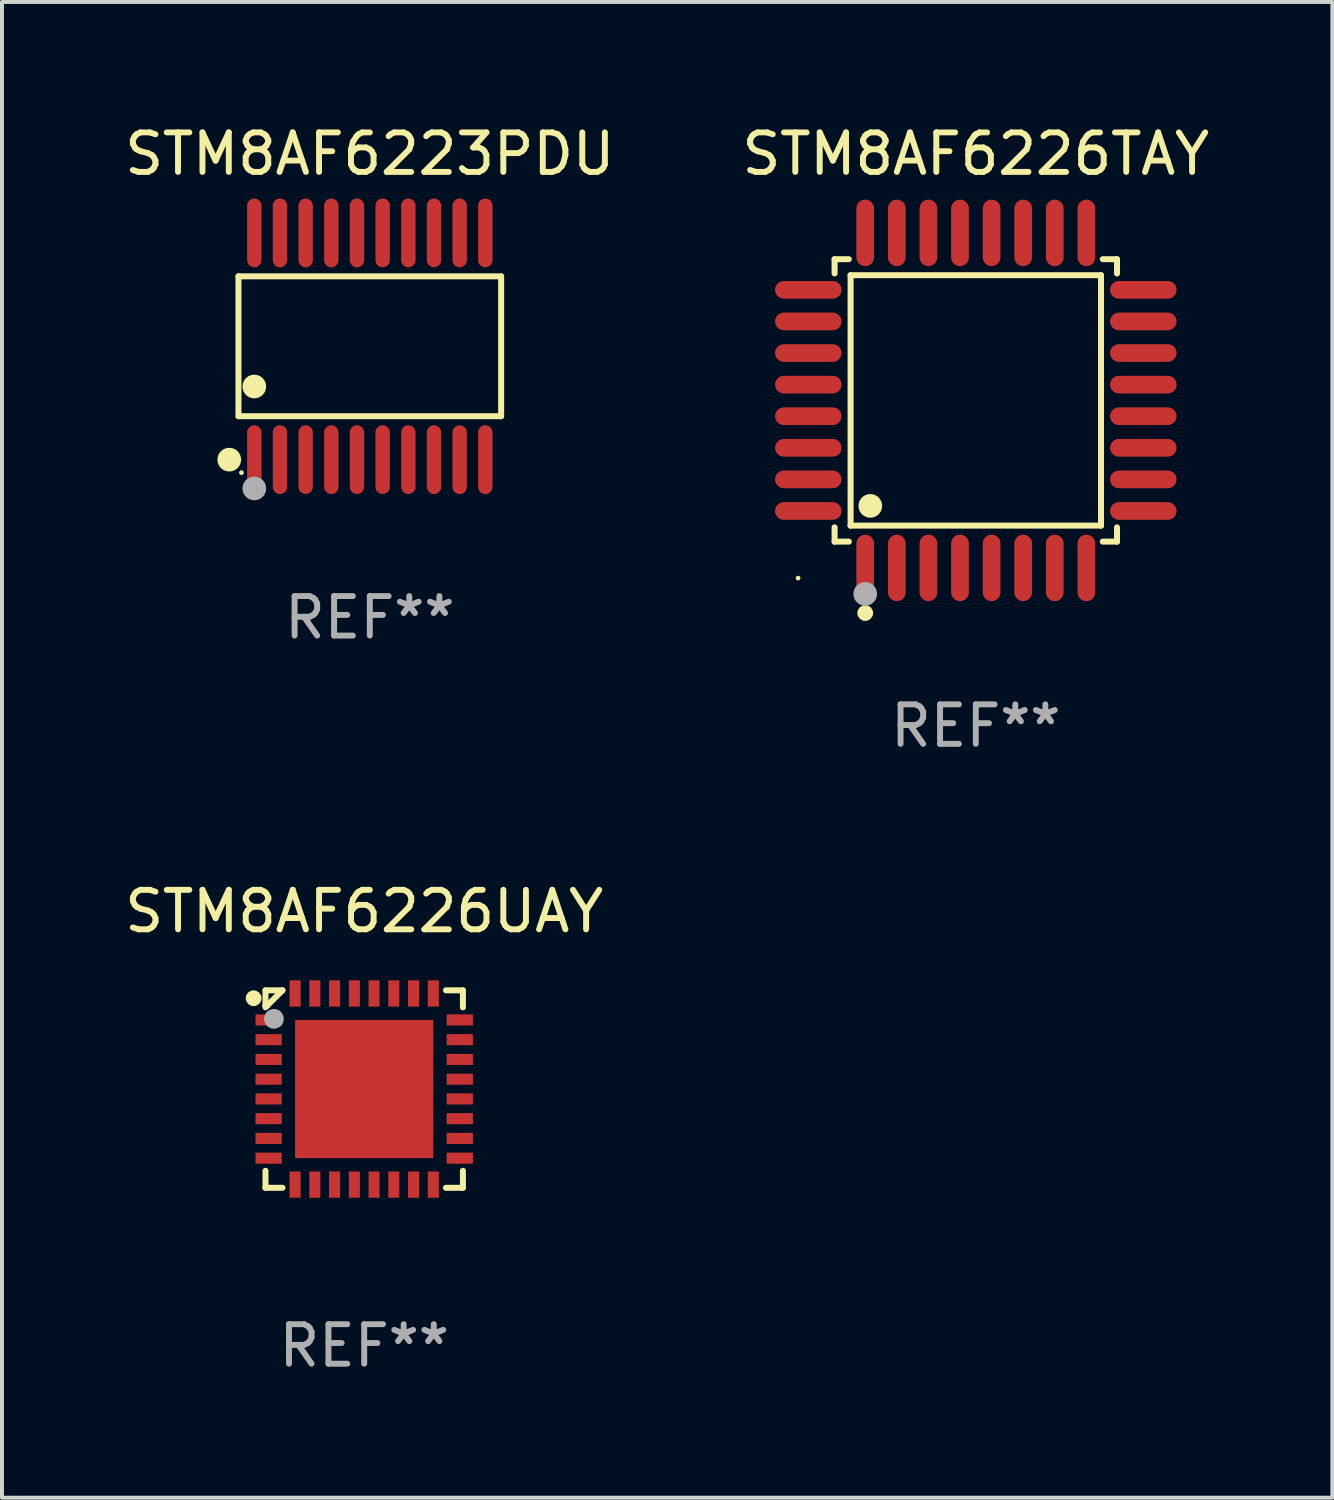
<source format=kicad_pcb>
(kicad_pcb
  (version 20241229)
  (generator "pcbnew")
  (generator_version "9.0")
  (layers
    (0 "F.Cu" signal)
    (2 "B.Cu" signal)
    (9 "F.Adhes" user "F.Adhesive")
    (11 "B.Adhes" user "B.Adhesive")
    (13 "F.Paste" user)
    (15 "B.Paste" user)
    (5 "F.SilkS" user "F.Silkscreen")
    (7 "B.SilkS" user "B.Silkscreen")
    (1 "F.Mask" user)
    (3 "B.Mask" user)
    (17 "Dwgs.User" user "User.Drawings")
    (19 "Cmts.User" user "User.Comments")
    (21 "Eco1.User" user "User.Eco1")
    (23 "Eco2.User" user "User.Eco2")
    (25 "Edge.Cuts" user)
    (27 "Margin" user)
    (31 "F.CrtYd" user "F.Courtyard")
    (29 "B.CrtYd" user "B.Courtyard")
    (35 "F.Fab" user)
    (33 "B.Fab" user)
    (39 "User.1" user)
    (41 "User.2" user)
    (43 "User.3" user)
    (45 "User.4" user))
  (footprint "STM8AF6226UAY"
    (layer "F.Cu")
    (at 6.173 24.529)
    (property "Reference" "STM8AF6226UAY" (at 0 -4.5 0) (layer "F.SilkS") (effects (font (size 1 1) (thickness 0.15))))
    (attr through_hole)
    (fp_line (start -2.5 -2.5) (end -2.07 -2.5) (stroke (width 0.152) (type solid)) (layer "F.SilkS"))
    (fp_line (start -2.5 -2.11) (end -2.5 -2.5) (stroke (width 0.152) (type solid)) (layer "F.SilkS"))
    (fp_line (start -2.5 -2.11) (end -2.5 -2.07) (stroke (width 0.152) (type solid)) (layer "F.SilkS"))
    (fp_line (start -2.5 -2.11) (end -2.46 -2.11) (stroke (width 0.152) (type solid)) (layer "F.SilkS"))
    (fp_line (start -2.5 2.5) (end -2.5 2.07) (stroke (width 0.152) (type solid)) (layer "F.SilkS"))
    (fp_line (start -2.46 -2.11) (end -2.07 -2.5) (stroke (width 0.152) (type solid)) (layer "F.SilkS"))
    (fp_line (start -2.07 2.5) (end -2.5 2.5) (stroke (width 0.152) (type solid)) (layer "F.SilkS"))
    (fp_line (start 2.07 -2.5) (end 2.5 -2.5) (stroke (width 0.152) (type solid)) (layer "F.SilkS"))
    (fp_line (start 2.5 -2.5) (end 2.5 -2.07) (stroke (width 0.152) (type solid)) (layer "F.SilkS"))
    (fp_line (start 2.5 2.07) (end 2.5 2.5) (stroke (width 0.152) (type solid)) (layer "F.SilkS"))
    (fp_line (start 2.5 2.5) (end 2.07 2.5) (stroke (width 0.152) (type solid)) (layer "F.SilkS"))
    (fp_circle (center -2.8 -2.3) (end -2.7 -2.3) (stroke (width 0.2) (type solid)) (fill no) (layer "F.SilkS"))
    (fp_circle (center -2.5 -2.5) (end -2.47 -2.5) (stroke (width 0.06) (type solid)) (fill no) (layer "F.SilkS"))
    (fp_circle (center -2.286 -1.778) (end -2.161 -1.778) (stroke (width 0.25) (type solid)) (fill no) (layer "F.Fab"))
    (fp_text user "REF**" (at 0 6.5 0) (layer "F.Fab") (effects (font (size 1 1) (thickness 0.15))))
    (pad "1" smd rect (at -2.42 -1.75 270) (size 0.28 0.665) (layers "F.Cu" "F.Mask" "F.Paste"))
    (pad "2" smd rect (at -2.42 -1.25 270) (size 0.28 0.665) (layers "F.Cu" "F.Mask" "F.Paste"))
    (pad "3" smd rect (at -2.42 -0.75 270) (size 0.28 0.665) (layers "F.Cu" "F.Mask" "F.Paste"))
    (pad "4" smd rect (at -2.42 -0.25 270) (size 0.28 0.665) (layers "F.Cu" "F.Mask" "F.Paste"))
    (pad "5" smd rect (at -2.42 0.25 270) (size 0.28 0.665) (layers "F.Cu" "F.Mask" "F.Paste"))
    (pad "6" smd rect (at -2.42 0.75 270) (size 0.28 0.665) (layers "F.Cu" "F.Mask" "F.Paste"))
    (pad "7" smd rect (at -2.42 1.25 270) (size 0.28 0.665) (layers "F.Cu" "F.Mask" "F.Paste"))
    (pad "8" smd rect (at -2.42 1.75 270) (size 0.28 0.665) (layers "F.Cu" "F.Mask" "F.Paste"))
    (pad "9" smd rect (at -1.75 2.42 270) (size 0.665 0.28) (layers "F.Cu" "F.Mask" "F.Paste"))
    (pad "10" smd rect (at -1.25 2.42 270) (size 0.665 0.28) (layers "F.Cu" "F.Mask" "F.Paste"))
    (pad "11" smd rect (at -0.75 2.42 270) (size 0.665 0.28) (layers "F.Cu" "F.Mask" "F.Paste"))
    (pad "12" smd rect (at -0.25 2.42 270) (size 0.665 0.28) (layers "F.Cu" "F.Mask" "F.Paste"))
    (pad "13" smd rect (at 0.25 2.42 270) (size 0.665 0.28) (layers "F.Cu" "F.Mask" "F.Paste"))
    (pad "14" smd rect (at 0.75 2.42 270) (size 0.665 0.28) (layers "F.Cu" "F.Mask" "F.Paste"))
    (pad "15" smd rect (at 1.25 2.42 270) (size 0.665 0.28) (layers "F.Cu" "F.Mask" "F.Paste"))
    (pad "16" smd rect (at 1.75 2.42 270) (size 0.665 0.28) (layers "F.Cu" "F.Mask" "F.Paste"))
    (pad "17" smd rect (at 2.42 1.75 270) (size 0.28 0.665) (layers "F.Cu" "F.Mask" "F.Paste"))
    (pad "18" smd rect (at 2.42 1.25 270) (size 0.28 0.665) (layers "F.Cu" "F.Mask" "F.Paste"))
    (pad "19" smd rect (at 2.42 0.75 270) (size 0.28 0.665) (layers "F.Cu" "F.Mask" "F.Paste"))
    (pad "20" smd rect (at 2.42 0.25 270) (size 0.28 0.665) (layers "F.Cu" "F.Mask" "F.Paste"))
    (pad "21" smd rect (at 2.42 -0.25 270) (size 0.28 0.665) (layers "F.Cu" "F.Mask" "F.Paste"))
    (pad "22" smd rect (at 2.42 -0.75 270) (size 0.28 0.665) (layers "F.Cu" "F.Mask" "F.Paste"))
    (pad "23" smd rect (at 2.42 -1.25 270) (size 0.28 0.665) (layers "F.Cu" "F.Mask" "F.Paste"))
    (pad "24" smd rect (at 2.42 -1.75 270) (size 0.28 0.665) (layers "F.Cu" "F.Mask" "F.Paste"))
    (pad "25" smd rect (at 1.75 -2.42 270) (size 0.665 0.28) (layers "F.Cu" "F.Mask" "F.Paste"))
    (pad "26" smd rect (at 1.25 -2.42 270) (size 0.665 0.28) (layers "F.Cu" "F.Mask" "F.Paste"))
    (pad "27" smd rect (at 0.75 -2.42 270) (size 0.665 0.28) (layers "F.Cu" "F.Mask" "F.Paste"))
    (pad "28" smd rect (at 0.25 -2.42 270) (size 0.665 0.28) (layers "F.Cu" "F.Mask" "F.Paste"))
    (pad "29" smd rect (at -0.25 -2.42 270) (size 0.665 0.28) (layers "F.Cu" "F.Mask" "F.Paste"))
    (pad "30" smd rect (at -0.75 -2.42 270) (size 0.665 0.28) (layers "F.Cu" "F.Mask" "F.Paste"))
    (pad "31" smd rect (at -1.25 -2.42 270) (size 0.665 0.28) (layers "F.Cu" "F.Mask" "F.Paste"))
    (pad "32" smd rect (at -1.75 -2.42 270) (size 0.665 0.28) (layers "F.Cu" "F.Mask" "F.Paste"))
    (pad "33" smd rect (at 0 0 270) (size 3.5 3.5) (layers "F.Cu" "F.Mask" "F.Paste")))
  (footprint "STM8AF6226TAY"
    (layer "F.Cu")
    (at 21.661 7.09)
    (property "Reference" "STM8AF6226TAY" (at 0 -6.242 0) (layer "F.SilkS") (effects (font (size 1 1) (thickness 0.15))))
    (attr through_hole)
    (fp_line (start -3.576 -3.576) (end -3.215 -3.576) (stroke (width 0.152) (type solid)) (layer "F.SilkS"))
    (fp_line (start -3.576 -3.215) (end -3.576 -3.576) (stroke (width 0.152) (type solid)) (layer "F.SilkS"))
    (fp_line (start -3.576 3.215) (end -3.576 3.576) (stroke (width 0.152) (type solid)) (layer "F.SilkS"))
    (fp_line (start -3.576 3.576) (end -3.215 3.576) (stroke (width 0.152) (type solid)) (layer "F.SilkS"))
    (fp_line (start -3.171 -3.171) (end 3.171 -3.171) (stroke (width 0.152) (type solid)) (layer "F.SilkS"))
    (fp_line (start -3.171 3.171) (end -3.171 -3.171) (stroke (width 0.152) (type solid)) (layer "F.SilkS"))
    (fp_line (start 3.171 -3.171) (end 3.171 3.171) (stroke (width 0.152) (type solid)) (layer "F.SilkS"))
    (fp_line (start 3.171 3.171) (end -3.171 3.171) (stroke (width 0.152) (type solid)) (layer "F.SilkS"))
    (fp_line (start 3.576 -3.576) (end 3.215 -3.576) (stroke (width 0.152) (type solid)) (layer "F.SilkS"))
    (fp_line (start 3.576 -3.215) (end 3.576 -3.576) (stroke (width 0.152) (type solid)) (layer "F.SilkS"))
    (fp_line (start 3.576 3.215) (end 3.576 3.576) (stroke (width 0.152) (type solid)) (layer "F.SilkS"))
    (fp_line (start 3.576 3.576) (end 3.215 3.576) (stroke (width 0.152) (type solid)) (layer "F.SilkS"))
    (fp_circle (center -4.5 4.5) (end -4.47 4.5) (stroke (width 0.06) (type solid)) (fill no) (layer "F.SilkS"))
    (fp_circle (center -2.8 5.384) (end -2.7 5.384) (stroke (width 0.2) (type solid)) (fill no) (layer "F.SilkS"))
    (fp_circle (center -2.671 2.671) (end -2.521 2.671) (stroke (width 0.3) (type solid)) (fill no) (layer "F.SilkS"))
    (fp_circle (center -2.8 4.9) (end -2.65 4.9) (stroke (width 0.3) (type solid)) (fill no) (layer "F.Fab"))
    (fp_text user "REF**" (at 0 8.242 0) (layer "F.Fab") (effects (font (size 1 1) (thickness 0.15))))
    (pad "1" smd oval (at -2.8 4.242) (size 0.448 1.684) (layers "F.Cu" "F.Mask" "F.Paste"))
    (pad "2" smd oval (at -2 4.242) (size 0.448 1.684) (layers "F.Cu" "F.Mask" "F.Paste"))
    (pad "3" smd oval (at -1.2 4.242) (size 0.448 1.684) (layers "F.Cu" "F.Mask" "F.Paste"))
    (pad "4" smd oval (at -0.4 4.242) (size 0.448 1.684) (layers "F.Cu" "F.Mask" "F.Paste"))
    (pad "5" smd oval (at 0.4 4.242) (size 0.448 1.684) (layers "F.Cu" "F.Mask" "F.Paste"))
    (pad "6" smd oval (at 1.2 4.242) (size 0.448 1.684) (layers "F.Cu" "F.Mask" "F.Paste"))
    (pad "7" smd oval (at 2 4.242) (size 0.448 1.684) (layers "F.Cu" "F.Mask" "F.Paste"))
    (pad "8" smd oval (at 2.8 4.242) (size 0.448 1.684) (layers "F.Cu" "F.Mask" "F.Paste"))
    (pad "9" smd oval (at 4.242 2.8) (size 1.684 0.448) (layers "F.Cu" "F.Mask" "F.Paste"))
    (pad "10" smd oval (at 4.242 2) (size 1.684 0.448) (layers "F.Cu" "F.Mask" "F.Paste"))
    (pad "11" smd oval (at 4.242 1.2) (size 1.684 0.448) (layers "F.Cu" "F.Mask" "F.Paste"))
    (pad "12" smd oval (at 4.242 0.4) (size 1.684 0.448) (layers "F.Cu" "F.Mask" "F.Paste"))
    (pad "13" smd oval (at 4.242 -0.4) (size 1.684 0.448) (layers "F.Cu" "F.Mask" "F.Paste"))
    (pad "14" smd oval (at 4.242 -1.2) (size 1.684 0.448) (layers "F.Cu" "F.Mask" "F.Paste"))
    (pad "15" smd oval (at 4.242 -2) (size 1.684 0.448) (layers "F.Cu" "F.Mask" "F.Paste"))
    (pad "16" smd oval (at 4.242 -2.8) (size 1.684 0.448) (layers "F.Cu" "F.Mask" "F.Paste"))
    (pad "17" smd oval (at 2.8 -4.242) (size 0.448 1.684) (layers "F.Cu" "F.Mask" "F.Paste"))
    (pad "18" smd oval (at 2 -4.242) (size 0.448 1.684) (layers "F.Cu" "F.Mask" "F.Paste"))
    (pad "19" smd oval (at 1.2 -4.242) (size 0.448 1.684) (layers "F.Cu" "F.Mask" "F.Paste"))
    (pad "20" smd oval (at 0.4 -4.242) (size 0.448 1.684) (layers "F.Cu" "F.Mask" "F.Paste"))
    (pad "21" smd oval (at -0.4 -4.242) (size 0.448 1.684) (layers "F.Cu" "F.Mask" "F.Paste"))
    (pad "22" smd oval (at -1.2 -4.242) (size 0.448 1.684) (layers "F.Cu" "F.Mask" "F.Paste"))
    (pad "23" smd oval (at -2 -4.242) (size 0.448 1.684) (layers "F.Cu" "F.Mask" "F.Paste"))
    (pad "24" smd oval (at -2.8 -4.242) (size 0.448 1.684) (layers "F.Cu" "F.Mask" "F.Paste"))
    (pad "25" smd oval (at -4.242 -2.8) (size 1.684 0.448) (layers "F.Cu" "F.Mask" "F.Paste"))
    (pad "26" smd oval (at -4.242 -2) (size 1.684 0.448) (layers "F.Cu" "F.Mask" "F.Paste"))
    (pad "27" smd oval (at -4.242 -1.2) (size 1.684 0.448) (layers "F.Cu" "F.Mask" "F.Paste"))
    (pad "28" smd oval (at -4.242 -0.4) (size 1.684 0.448) (layers "F.Cu" "F.Mask" "F.Paste"))
    (pad "29" smd oval (at -4.242 0.4) (size 1.684 0.448) (layers "F.Cu" "F.Mask" "F.Paste"))
    (pad "30" smd oval (at -4.242 1.2) (size 1.684 0.448) (layers "F.Cu" "F.Mask" "F.Paste"))
    (pad "31" smd oval (at -4.242 2) (size 1.684 0.448) (layers "F.Cu" "F.Mask" "F.Paste"))
    (pad "32" smd oval (at -4.242 2.8) (size 1.684 0.448) (layers "F.Cu" "F.Mask" "F.Paste")))
  (footprint "STM8AF6223PDU"
    (layer "F.Cu")
    (at 6.315 5.719)
    (property "Reference" "STM8AF6223PDU" (at 0 -4.871 0) (layer "F.SilkS") (effects (font (size 1 1) (thickness 0.15))))
    (attr through_hole)
    (fp_line (start -3.326 -1.771) (end 3.326 -1.771) (stroke (width 0.152) (type solid)) (layer "F.SilkS"))
    (fp_line (start -3.326 1.771) (end -3.326 -1.771) (stroke (width 0.152) (type solid)) (layer "F.SilkS"))
    (fp_line (start 3.326 -1.771) (end 3.326 1.771) (stroke (width 0.152) (type solid)) (layer "F.SilkS"))
    (fp_line (start 3.326 1.771) (end -3.326 1.771) (stroke (width 0.152) (type solid)) (layer "F.SilkS"))
    (fp_circle (center -3.559 2.871) (end -3.409 2.871) (stroke (width 0.3) (type solid)) (fill no) (layer "F.SilkS"))
    (fp_circle (center -3.25 3.2) (end -3.22 3.2) (stroke (width 0.06) (type solid)) (fill no) (layer "F.SilkS"))
    (fp_circle (center -2.925 1.019) (end -2.775 1.019) (stroke (width 0.3) (type solid)) (fill no) (layer "F.SilkS"))
    (fp_circle (center -2.925 3.6) (end -2.775 3.6) (stroke (width 0.3) (type solid)) (fill no) (layer "F.Fab"))
    (fp_text user "REF**" (at 0 6.871 0) (layer "F.Fab") (effects (font (size 1 1) (thickness 0.15))))
    (pad "1" smd oval (at -2.925 2.871) (size 0.364 1.742) (layers "F.Cu" "F.Mask" "F.Paste"))
    (pad "2" smd oval (at -2.275 2.871) (size 0.364 1.742) (layers "F.Cu" "F.Mask" "F.Paste"))
    (pad "3" smd oval (at -1.625 2.871) (size 0.364 1.742) (layers "F.Cu" "F.Mask" "F.Paste"))
    (pad "4" smd oval (at -0.975 2.871) (size 0.364 1.742) (layers "F.Cu" "F.Mask" "F.Paste"))
    (pad "5" smd oval (at -0.325 2.871) (size 0.364 1.742) (layers "F.Cu" "F.Mask" "F.Paste"))
    (pad "6" smd oval (at 0.325 2.871) (size 0.364 1.742) (layers "F.Cu" "F.Mask" "F.Paste"))
    (pad "7" smd oval (at 0.975 2.871) (size 0.364 1.742) (layers "F.Cu" "F.Mask" "F.Paste"))
    (pad "8" smd oval (at 1.625 2.871) (size 0.364 1.742) (layers "F.Cu" "F.Mask" "F.Paste"))
    (pad "9" smd oval (at 2.275 2.871) (size 0.364 1.742) (layers "F.Cu" "F.Mask" "F.Paste"))
    (pad "10" smd oval (at 2.925 2.871) (size 0.364 1.742) (layers "F.Cu" "F.Mask" "F.Paste"))
    (pad "11" smd oval (at 2.925 -2.871) (size 0.364 1.742) (layers "F.Cu" "F.Mask" "F.Paste"))
    (pad "12" smd oval (at 2.275 -2.871) (size 0.364 1.742) (layers "F.Cu" "F.Mask" "F.Paste"))
    (pad "13" smd oval (at 1.625 -2.871) (size 0.364 1.742) (layers "F.Cu" "F.Mask" "F.Paste"))
    (pad "14" smd oval (at 0.975 -2.871) (size 0.364 1.742) (layers "F.Cu" "F.Mask" "F.Paste"))
    (pad "15" smd oval (at 0.325 -2.871) (size 0.364 1.742) (layers "F.Cu" "F.Mask" "F.Paste"))
    (pad "16" smd oval (at -0.325 -2.871) (size 0.364 1.742) (layers "F.Cu" "F.Mask" "F.Paste"))
    (pad "17" smd oval (at -0.975 -2.871) (size 0.364 1.742) (layers "F.Cu" "F.Mask" "F.Paste"))
    (pad "18" smd oval (at -1.625 -2.871) (size 0.364 1.742) (layers "F.Cu" "F.Mask" "F.Paste"))
    (pad "19" smd oval (at -2.275 -2.871) (size 0.364 1.742) (layers "F.Cu" "F.Mask" "F.Paste"))
    (pad "20" smd oval (at -2.925 -2.871) (size 0.364 1.742) (layers "F.Cu" "F.Mask" "F.Paste")))
  (gr_rect
    (start -3 -3)
    (end 30.69 34.877)
    (stroke (width 0.1) (type default))
    (fill no)
    (layer "Edge.Cuts")))
</source>
